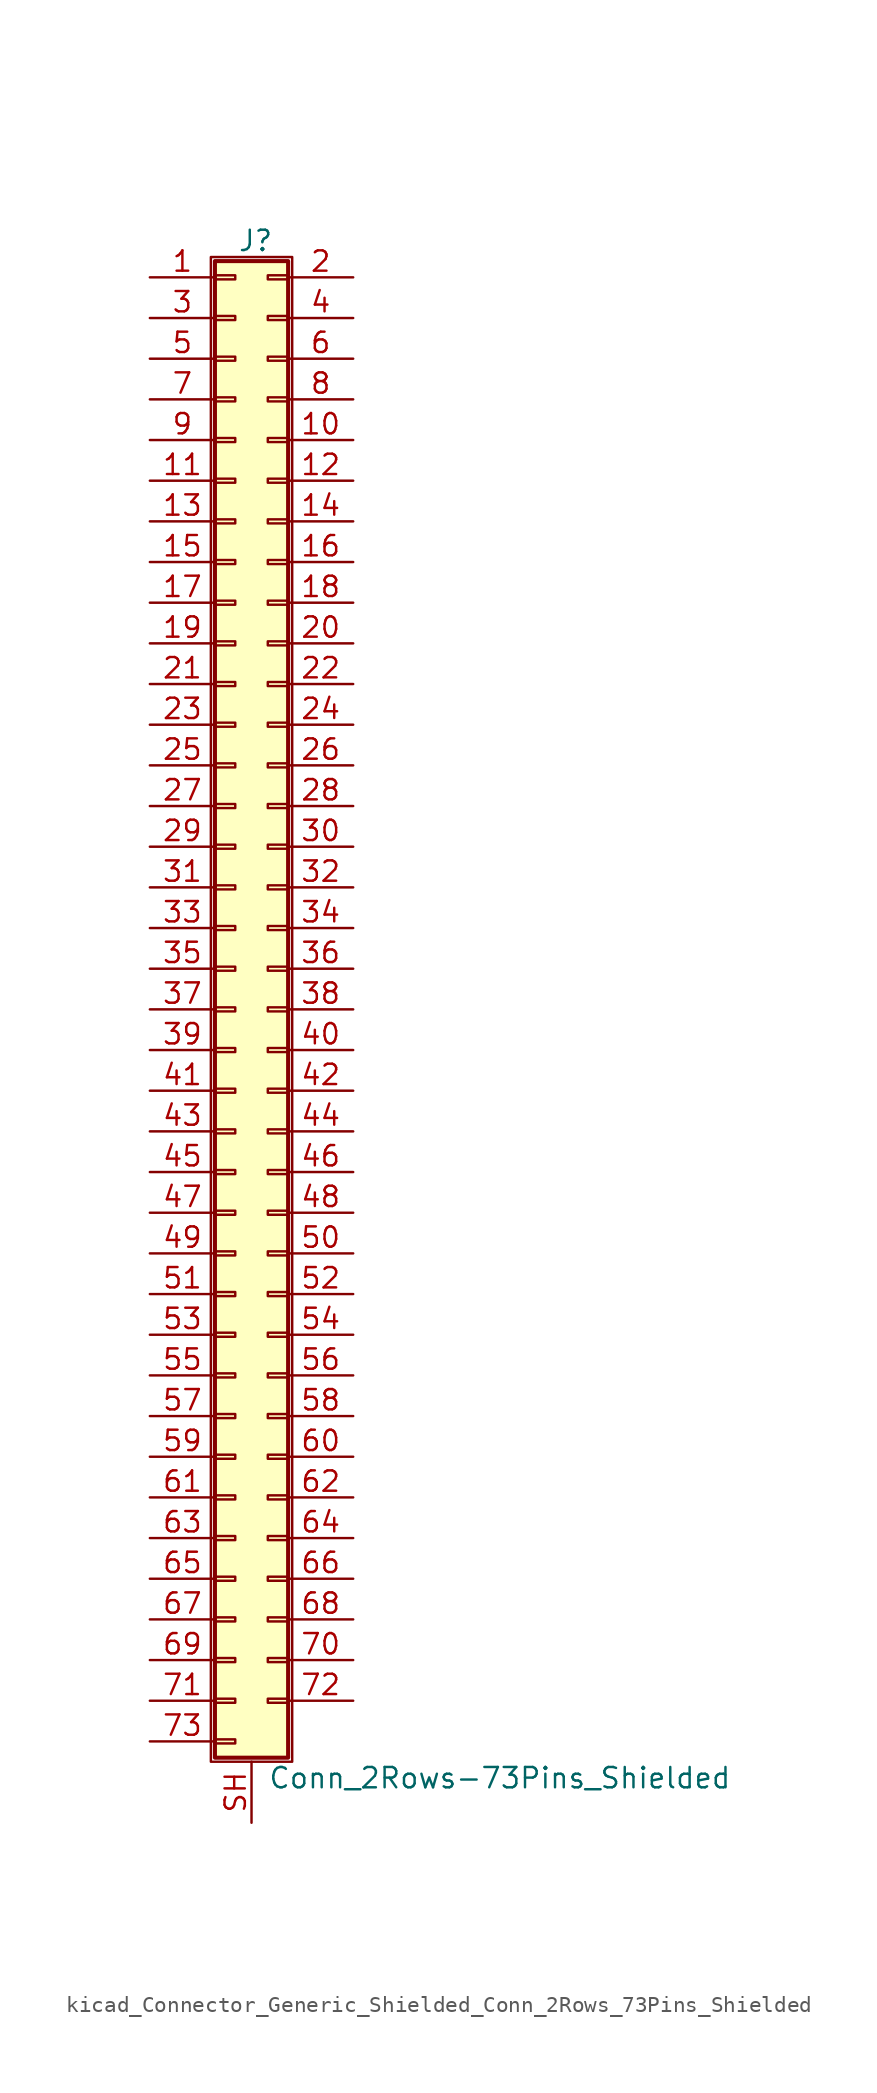
<source format=kicad_sym>
(kicad_symbol_lib
  (version 20220914)
  (generator kicad_symbol_editor)
  (symbol "kicad_Connector_Generic_Shielded_Conn_2Rows_73Pins_Shielded"
    (pin_names
      (offset 1.016) hide)
    (property "Reference" "J"
      (at 1.524 48.006 0)
      (effects (font (size 1.27 1.27))))
    (property "Value" "Conn_2Rows-73Pins_Shielded"
      (at 2.286 -48.006 0)
      (effects (font (size 1.27 1.27)) (justify left)))
    (symbol "kicad_Connector_Generic_Shielded_Conn_2Rows_73Pins_Shielded_1_1"
      (rectangle (start -1.27 46.99) (end 3.81 -46.99) (stroke (width 0.152) (type default)) (fill (type none)))
      (rectangle (start -1.016 -45.593) (end 0.254 -45.847) (stroke (width 0.152) (type default)) (fill (type none)))
      (rectangle (start -1.016 -43.053) (end 0.254 -43.307) (stroke (width 0.152) (type default)) (fill (type none)))
      (rectangle (start -1.016 -40.513) (end 0.254 -40.767) (stroke (width 0.152) (type default)) (fill (type none)))
      (rectangle (start -1.016 -37.973) (end 0.254 -38.227) (stroke (width 0.152) (type default)) (fill (type none)))
      (rectangle (start -1.016 -35.433) (end 0.254 -35.687) (stroke (width 0.152) (type default)) (fill (type none)))
      (rectangle (start -1.016 -32.893) (end 0.254 -33.147) (stroke (width 0.152) (type default)) (fill (type none)))
      (rectangle (start -1.016 -30.353) (end 0.254 -30.607) (stroke (width 0.152) (type default)) (fill (type none)))
      (rectangle (start -1.016 -27.813) (end 0.254 -28.067) (stroke (width 0.152) (type default)) (fill (type none)))
      (rectangle (start -1.016 -25.273) (end 0.254 -25.527) (stroke (width 0.152) (type default)) (fill (type none)))
      (rectangle (start -1.016 -22.733) (end 0.254 -22.987) (stroke (width 0.152) (type default)) (fill (type none)))
      (rectangle (start -1.016 -20.193) (end 0.254 -20.447) (stroke (width 0.152) (type default)) (fill (type none)))
      (rectangle (start -1.016 -17.653) (end 0.254 -17.907) (stroke (width 0.152) (type default)) (fill (type none)))
      (rectangle (start -1.016 -15.113) (end 0.254 -15.367) (stroke (width 0.152) (type default)) (fill (type none)))
      (rectangle (start -1.016 -12.573) (end 0.254 -12.827) (stroke (width 0.152) (type default)) (fill (type none)))
      (rectangle (start -1.016 -10.033) (end 0.254 -10.287) (stroke (width 0.152) (type default)) (fill (type none)))
      (rectangle (start -1.016 -7.493) (end 0.254 -7.747) (stroke (width 0.152) (type default)) (fill (type none)))
      (rectangle (start -1.016 -4.953) (end 0.254 -5.207) (stroke (width 0.152) (type default)) (fill (type none)))
      (rectangle (start -1.016 -2.413) (end 0.254 -2.667) (stroke (width 0.152) (type default)) (fill (type none)))
      (rectangle (start -1.016 0.127) (end 0.254 -0.127) (stroke (width 0.152) (type default)) (fill (type none)))
      (rectangle (start -1.016 2.667) (end 0.254 2.413) (stroke (width 0.152) (type default)) (fill (type none)))
      (rectangle (start -1.016 5.207) (end 0.254 4.953) (stroke (width 0.152) (type default)) (fill (type none)))
      (rectangle (start -1.016 7.747) (end 0.254 7.493) (stroke (width 0.152) (type default)) (fill (type none)))
      (rectangle (start -1.016 10.287) (end 0.254 10.033) (stroke (width 0.152) (type default)) (fill (type none)))
      (rectangle (start -1.016 12.827) (end 0.254 12.573) (stroke (width 0.152) (type default)) (fill (type none)))
      (rectangle (start -1.016 15.367) (end 0.254 15.113) (stroke (width 0.152) (type default)) (fill (type none)))
      (rectangle (start -1.016 17.907) (end 0.254 17.653) (stroke (width 0.152) (type default)) (fill (type none)))
      (rectangle (start -1.016 20.447) (end 0.254 20.193) (stroke (width 0.152) (type default)) (fill (type none)))
      (rectangle (start -1.016 22.987) (end 0.254 22.733) (stroke (width 0.152) (type default)) (fill (type none)))
      (rectangle (start -1.016 25.527) (end 0.254 25.273) (stroke (width 0.152) (type default)) (fill (type none)))
      (rectangle (start -1.016 28.067) (end 0.254 27.813) (stroke (width 0.152) (type default)) (fill (type none)))
      (rectangle (start -1.016 30.607) (end 0.254 30.353) (stroke (width 0.152) (type default)) (fill (type none)))
      (rectangle (start -1.016 33.147) (end 0.254 32.893) (stroke (width 0.152) (type default)) (fill (type none)))
      (rectangle (start -1.016 35.687) (end 0.254 35.433) (stroke (width 0.152) (type default)) (fill (type none)))
      (rectangle (start -1.016 38.227) (end 0.254 37.973) (stroke (width 0.152) (type default)) (fill (type none)))
      (rectangle (start -1.016 40.767) (end 0.254 40.513) (stroke (width 0.152) (type default)) (fill (type none)))
      (rectangle (start -1.016 43.307) (end 0.254 43.053) (stroke (width 0.152) (type default)) (fill (type none)))
      (rectangle (start -1.016 45.847) (end 0.254 45.593) (stroke (width 0.152) (type default)) (fill (type none)))
      (rectangle (start -1.016 46.736) (end 3.556 -46.736) (stroke (width 0.254) (type default)) (fill (type background)))
      (rectangle (start 3.556 -43.053) (end 2.286 -43.307) (stroke (width 0.152) (type default)) (fill (type none)))
      (rectangle (start 3.556 -40.513) (end 2.286 -40.767) (stroke (width 0.152) (type default)) (fill (type none)))
      (rectangle (start 3.556 -37.973) (end 2.286 -38.227) (stroke (width 0.152) (type default)) (fill (type none)))
      (rectangle (start 3.556 -35.433) (end 2.286 -35.687) (stroke (width 0.152) (type default)) (fill (type none)))
      (rectangle (start 3.556 -32.893) (end 2.286 -33.147) (stroke (width 0.152) (type default)) (fill (type none)))
      (rectangle (start 3.556 -30.353) (end 2.286 -30.607) (stroke (width 0.152) (type default)) (fill (type none)))
      (rectangle (start 3.556 -27.813) (end 2.286 -28.067) (stroke (width 0.152) (type default)) (fill (type none)))
      (rectangle (start 3.556 -25.273) (end 2.286 -25.527) (stroke (width 0.152) (type default)) (fill (type none)))
      (rectangle (start 3.556 -22.733) (end 2.286 -22.987) (stroke (width 0.152) (type default)) (fill (type none)))
      (rectangle (start 3.556 -20.193) (end 2.286 -20.447) (stroke (width 0.152) (type default)) (fill (type none)))
      (rectangle (start 3.556 -17.653) (end 2.286 -17.907) (stroke (width 0.152) (type default)) (fill (type none)))
      (rectangle (start 3.556 -15.113) (end 2.286 -15.367) (stroke (width 0.152) (type default)) (fill (type none)))
      (rectangle (start 3.556 -12.573) (end 2.286 -12.827) (stroke (width 0.152) (type default)) (fill (type none)))
      (rectangle (start 3.556 -10.033) (end 2.286 -10.287) (stroke (width 0.152) (type default)) (fill (type none)))
      (rectangle (start 3.556 -7.493) (end 2.286 -7.747) (stroke (width 0.152) (type default)) (fill (type none)))
      (rectangle (start 3.556 -4.953) (end 2.286 -5.207) (stroke (width 0.152) (type default)) (fill (type none)))
      (rectangle (start 3.556 -2.413) (end 2.286 -2.667) (stroke (width 0.152) (type default)) (fill (type none)))
      (rectangle (start 3.556 0.127) (end 2.286 -0.127) (stroke (width 0.152) (type default)) (fill (type none)))
      (rectangle (start 3.556 2.667) (end 2.286 2.413) (stroke (width 0.152) (type default)) (fill (type none)))
      (rectangle (start 3.556 5.207) (end 2.286 4.953) (stroke (width 0.152) (type default)) (fill (type none)))
      (rectangle (start 3.556 7.747) (end 2.286 7.493) (stroke (width 0.152) (type default)) (fill (type none)))
      (rectangle (start 3.556 10.287) (end 2.286 10.033) (stroke (width 0.152) (type default)) (fill (type none)))
      (rectangle (start 3.556 12.827) (end 2.286 12.573) (stroke (width 0.152) (type default)) (fill (type none)))
      (rectangle (start 3.556 15.367) (end 2.286 15.113) (stroke (width 0.152) (type default)) (fill (type none)))
      (rectangle (start 3.556 17.907) (end 2.286 17.653) (stroke (width 0.152) (type default)) (fill (type none)))
      (rectangle (start 3.556 20.447) (end 2.286 20.193) (stroke (width 0.152) (type default)) (fill (type none)))
      (rectangle (start 3.556 22.987) (end 2.286 22.733) (stroke (width 0.152) (type default)) (fill (type none)))
      (rectangle (start 3.556 25.527) (end 2.286 25.273) (stroke (width 0.152) (type default)) (fill (type none)))
      (rectangle (start 3.556 28.067) (end 2.286 27.813) (stroke (width 0.152) (type default)) (fill (type none)))
      (rectangle (start 3.556 30.607) (end 2.286 30.353) (stroke (width 0.152) (type default)) (fill (type none)))
      (rectangle (start 3.556 33.147) (end 2.286 32.893) (stroke (width 0.152) (type default)) (fill (type none)))
      (rectangle (start 3.556 35.687) (end 2.286 35.433) (stroke (width 0.152) (type default)) (fill (type none)))
      (rectangle (start 3.556 38.227) (end 2.286 37.973) (stroke (width 0.152) (type default)) (fill (type none)))
      (rectangle (start 3.556 40.767) (end 2.286 40.513) (stroke (width 0.152) (type default)) (fill (type none)))
      (rectangle (start 3.556 43.307) (end 2.286 43.053) (stroke (width 0.152) (type default)) (fill (type none)))
      (rectangle (start 3.556 45.847) (end 2.286 45.593) (stroke (width 0.152) (type default)) (fill (type none)))
      (pin passive line (at -5.08 45.72 0) (length 4.064) (name "Pin_1" (effects (font (size 1.27 1.27)))) (number "1" (effects (font (size 1.27 1.27)))))
      (pin passive line (at 7.62 35.56 180) (length 4.064) (name "Pin_10" (effects (font (size 1.27 1.27)))) (number "10" (effects (font (size 1.27 1.27)))))
      (pin passive line (at -5.08 33.02 0) (length 4.064) (name "Pin_11" (effects (font (size 1.27 1.27)))) (number "11" (effects (font (size 1.27 1.27)))))
      (pin passive line (at 7.62 33.02 180) (length 4.064) (name "Pin_12" (effects (font (size 1.27 1.27)))) (number "12" (effects (font (size 1.27 1.27)))))
      (pin passive line (at -5.08 30.48 0) (length 4.064) (name "Pin_13" (effects (font (size 1.27 1.27)))) (number "13" (effects (font (size 1.27 1.27)))))
      (pin passive line (at 7.62 30.48 180) (length 4.064) (name "Pin_14" (effects (font (size 1.27 1.27)))) (number "14" (effects (font (size 1.27 1.27)))))
      (pin passive line (at -5.08 27.94 0) (length 4.064) (name "Pin_15" (effects (font (size 1.27 1.27)))) (number "15" (effects (font (size 1.27 1.27)))))
      (pin passive line (at 7.62 27.94 180) (length 4.064) (name "Pin_16" (effects (font (size 1.27 1.27)))) (number "16" (effects (font (size 1.27 1.27)))))
      (pin passive line (at -5.08 25.4 0) (length 4.064) (name "Pin_17" (effects (font (size 1.27 1.27)))) (number "17" (effects (font (size 1.27 1.27)))))
      (pin passive line (at 7.62 25.4 180) (length 4.064) (name "Pin_18" (effects (font (size 1.27 1.27)))) (number "18" (effects (font (size 1.27 1.27)))))
      (pin passive line (at -5.08 22.86 0) (length 4.064) (name "Pin_19" (effects (font (size 1.27 1.27)))) (number "19" (effects (font (size 1.27 1.27)))))
      (pin passive line (at 7.62 45.72 180) (length 4.064) (name "Pin_2" (effects (font (size 1.27 1.27)))) (number "2" (effects (font (size 1.27 1.27)))))
      (pin passive line (at 7.62 22.86 180) (length 4.064) (name "Pin_20" (effects (font (size 1.27 1.27)))) (number "20" (effects (font (size 1.27 1.27)))))
      (pin passive line (at -5.08 20.32 0) (length 4.064) (name "Pin_21" (effects (font (size 1.27 1.27)))) (number "21" (effects (font (size 1.27 1.27)))))
      (pin passive line (at 7.62 20.32 180) (length 4.064) (name "Pin_22" (effects (font (size 1.27 1.27)))) (number "22" (effects (font (size 1.27 1.27)))))
      (pin passive line (at -5.08 17.78 0) (length 4.064) (name "Pin_23" (effects (font (size 1.27 1.27)))) (number "23" (effects (font (size 1.27 1.27)))))
      (pin passive line (at 7.62 17.78 180) (length 4.064) (name "Pin_24" (effects (font (size 1.27 1.27)))) (number "24" (effects (font (size 1.27 1.27)))))
      (pin passive line (at -5.08 15.24 0) (length 4.064) (name "Pin_25" (effects (font (size 1.27 1.27)))) (number "25" (effects (font (size 1.27 1.27)))))
      (pin passive line (at 7.62 15.24 180) (length 4.064) (name "Pin_26" (effects (font (size 1.27 1.27)))) (number "26" (effects (font (size 1.27 1.27)))))
      (pin passive line (at -5.08 12.7 0) (length 4.064) (name "Pin_27" (effects (font (size 1.27 1.27)))) (number "27" (effects (font (size 1.27 1.27)))))
      (pin passive line (at 7.62 12.7 180) (length 4.064) (name "Pin_28" (effects (font (size 1.27 1.27)))) (number "28" (effects (font (size 1.27 1.27)))))
      (pin passive line (at -5.08 10.16 0) (length 4.064) (name "Pin_29" (effects (font (size 1.27 1.27)))) (number "29" (effects (font (size 1.27 1.27)))))
      (pin passive line (at -5.08 43.18 0) (length 4.064) (name "Pin_3" (effects (font (size 1.27 1.27)))) (number "3" (effects (font (size 1.27 1.27)))))
      (pin passive line (at 7.62 10.16 180) (length 4.064) (name "Pin_30" (effects (font (size 1.27 1.27)))) (number "30" (effects (font (size 1.27 1.27)))))
      (pin passive line (at -5.08 7.62 0) (length 4.064) (name "Pin_31" (effects (font (size 1.27 1.27)))) (number "31" (effects (font (size 1.27 1.27)))))
      (pin passive line (at 7.62 7.62 180) (length 4.064) (name "Pin_32" (effects (font (size 1.27 1.27)))) (number "32" (effects (font (size 1.27 1.27)))))
      (pin passive line (at -5.08 5.08 0) (length 4.064) (name "Pin_33" (effects (font (size 1.27 1.27)))) (number "33" (effects (font (size 1.27 1.27)))))
      (pin passive line (at 7.62 5.08 180) (length 4.064) (name "Pin_34" (effects (font (size 1.27 1.27)))) (number "34" (effects (font (size 1.27 1.27)))))
      (pin passive line (at -5.08 2.54 0) (length 4.064) (name "Pin_35" (effects (font (size 1.27 1.27)))) (number "35" (effects (font (size 1.27 1.27)))))
      (pin passive line (at 7.62 2.54 180) (length 4.064) (name "Pin_36" (effects (font (size 1.27 1.27)))) (number "36" (effects (font (size 1.27 1.27)))))
      (pin passive line (at -5.08 0 0) (length 4.064) (name "Pin_37" (effects (font (size 1.27 1.27)))) (number "37" (effects (font (size 1.27 1.27)))))
      (pin passive line (at 7.62 0 180) (length 4.064) (name "Pin_38" (effects (font (size 1.27 1.27)))) (number "38" (effects (font (size 1.27 1.27)))))
      (pin passive line (at -5.08 -2.54 0) (length 4.064) (name "Pin_39" (effects (font (size 1.27 1.27)))) (number "39" (effects (font (size 1.27 1.27)))))
      (pin passive line (at 7.62 43.18 180) (length 4.064) (name "Pin_4" (effects (font (size 1.27 1.27)))) (number "4" (effects (font (size 1.27 1.27)))))
      (pin passive line (at 7.62 -2.54 180) (length 4.064) (name "Pin_40" (effects (font (size 1.27 1.27)))) (number "40" (effects (font (size 1.27 1.27)))))
      (pin passive line (at -5.08 -5.08 0) (length 4.064) (name "Pin_41" (effects (font (size 1.27 1.27)))) (number "41" (effects (font (size 1.27 1.27)))))
      (pin passive line (at 7.62 -5.08 180) (length 4.064) (name "Pin_42" (effects (font (size 1.27 1.27)))) (number "42" (effects (font (size 1.27 1.27)))))
      (pin passive line (at -5.08 -7.62 0) (length 4.064) (name "Pin_43" (effects (font (size 1.27 1.27)))) (number "43" (effects (font (size 1.27 1.27)))))
      (pin passive line (at 7.62 -7.62 180) (length 4.064) (name "Pin_44" (effects (font (size 1.27 1.27)))) (number "44" (effects (font (size 1.27 1.27)))))
      (pin passive line (at -5.08 -10.16 0) (length 4.064) (name "Pin_45" (effects (font (size 1.27 1.27)))) (number "45" (effects (font (size 1.27 1.27)))))
      (pin passive line (at 7.62 -10.16 180) (length 4.064) (name "Pin_46" (effects (font (size 1.27 1.27)))) (number "46" (effects (font (size 1.27 1.27)))))
      (pin passive line (at -5.08 -12.7 0) (length 4.064) (name "Pin_47" (effects (font (size 1.27 1.27)))) (number "47" (effects (font (size 1.27 1.27)))))
      (pin passive line (at 7.62 -12.7 180) (length 4.064) (name "Pin_48" (effects (font (size 1.27 1.27)))) (number "48" (effects (font (size 1.27 1.27)))))
      (pin passive line (at -5.08 -15.24 0) (length 4.064) (name "Pin_49" (effects (font (size 1.27 1.27)))) (number "49" (effects (font (size 1.27 1.27)))))
      (pin passive line (at -5.08 40.64 0) (length 4.064) (name "Pin_5" (effects (font (size 1.27 1.27)))) (number "5" (effects (font (size 1.27 1.27)))))
      (pin passive line (at 7.62 -15.24 180) (length 4.064) (name "Pin_50" (effects (font (size 1.27 1.27)))) (number "50" (effects (font (size 1.27 1.27)))))
      (pin passive line (at -5.08 -17.78 0) (length 4.064) (name "Pin_51" (effects (font (size 1.27 1.27)))) (number "51" (effects (font (size 1.27 1.27)))))
      (pin passive line (at 7.62 -17.78 180) (length 4.064) (name "Pin_52" (effects (font (size 1.27 1.27)))) (number "52" (effects (font (size 1.27 1.27)))))
      (pin passive line (at -5.08 -20.32 0) (length 4.064) (name "Pin_53" (effects (font (size 1.27 1.27)))) (number "53" (effects (font (size 1.27 1.27)))))
      (pin passive line (at 7.62 -20.32 180) (length 4.064) (name "Pin_54" (effects (font (size 1.27 1.27)))) (number "54" (effects (font (size 1.27 1.27)))))
      (pin passive line (at -5.08 -22.86 0) (length 4.064) (name "Pin_55" (effects (font (size 1.27 1.27)))) (number "55" (effects (font (size 1.27 1.27)))))
      (pin passive line (at 7.62 -22.86 180) (length 4.064) (name "Pin_56" (effects (font (size 1.27 1.27)))) (number "56" (effects (font (size 1.27 1.27)))))
      (pin passive line (at -5.08 -25.4 0) (length 4.064) (name "Pin_57" (effects (font (size 1.27 1.27)))) (number "57" (effects (font (size 1.27 1.27)))))
      (pin passive line (at 7.62 -25.4 180) (length 4.064) (name "Pin_58" (effects (font (size 1.27 1.27)))) (number "58" (effects (font (size 1.27 1.27)))))
      (pin passive line (at -5.08 -27.94 0) (length 4.064) (name "Pin_59" (effects (font (size 1.27 1.27)))) (number "59" (effects (font (size 1.27 1.27)))))
      (pin passive line (at 7.62 40.64 180) (length 4.064) (name "Pin_6" (effects (font (size 1.27 1.27)))) (number "6" (effects (font (size 1.27 1.27)))))
      (pin passive line (at 7.62 -27.94 180) (length 4.064) (name "Pin_60" (effects (font (size 1.27 1.27)))) (number "60" (effects (font (size 1.27 1.27)))))
      (pin passive line (at -5.08 -30.48 0) (length 4.064) (name "Pin_61" (effects (font (size 1.27 1.27)))) (number "61" (effects (font (size 1.27 1.27)))))
      (pin passive line (at 7.62 -30.48 180) (length 4.064) (name "Pin_62" (effects (font (size 1.27 1.27)))) (number "62" (effects (font (size 1.27 1.27)))))
      (pin passive line (at -5.08 -33.02 0) (length 4.064) (name "Pin_63" (effects (font (size 1.27 1.27)))) (number "63" (effects (font (size 1.27 1.27)))))
      (pin passive line (at 7.62 -33.02 180) (length 4.064) (name "Pin_64" (effects (font (size 1.27 1.27)))) (number "64" (effects (font (size 1.27 1.27)))))
      (pin passive line (at -5.08 -35.56 0) (length 4.064) (name "Pin_65" (effects (font (size 1.27 1.27)))) (number "65" (effects (font (size 1.27 1.27)))))
      (pin passive line (at 7.62 -35.56 180) (length 4.064) (name "Pin_66" (effects (font (size 1.27 1.27)))) (number "66" (effects (font (size 1.27 1.27)))))
      (pin passive line (at -5.08 -38.1 0) (length 4.064) (name "Pin_67" (effects (font (size 1.27 1.27)))) (number "67" (effects (font (size 1.27 1.27)))))
      (pin passive line (at 7.62 -38.1 180) (length 4.064) (name "Pin_68" (effects (font (size 1.27 1.27)))) (number "68" (effects (font (size 1.27 1.27)))))
      (pin passive line (at -5.08 -40.64 0) (length 4.064) (name "Pin_69" (effects (font (size 1.27 1.27)))) (number "69" (effects (font (size 1.27 1.27)))))
      (pin passive line (at -5.08 38.1 0) (length 4.064) (name "Pin_7" (effects (font (size 1.27 1.27)))) (number "7" (effects (font (size 1.27 1.27)))))
      (pin passive line (at 7.62 -40.64 180) (length 4.064) (name "Pin_70" (effects (font (size 1.27 1.27)))) (number "70" (effects (font (size 1.27 1.27)))))
      (pin passive line (at -5.08 -43.18 0) (length 4.064) (name "Pin_71" (effects (font (size 1.27 1.27)))) (number "71" (effects (font (size 1.27 1.27)))))
      (pin passive line (at 7.62 -43.18 180) (length 4.064) (name "Pin_72" (effects (font (size 1.27 1.27)))) (number "72" (effects (font (size 1.27 1.27)))))
      (pin passive line (at -5.08 -45.72 0) (length 4.064) (name "Pin_73" (effects (font (size 1.27 1.27)))) (number "73" (effects (font (size 1.27 1.27)))))
      (pin passive line (at 7.62 38.1 180) (length 4.064) (name "Pin_8" (effects (font (size 1.27 1.27)))) (number "8" (effects (font (size 1.27 1.27)))))
      (pin passive line (at -5.08 35.56 0) (length 4.064) (name "Pin_9" (effects (font (size 1.27 1.27)))) (number "9" (effects (font (size 1.27 1.27)))))
      (pin passive line (at 1.27 -50.8 90) (length 3.81) (name "Shield" (effects (font (size 1.27 1.27)))) (number "SH" (effects (font (size 1.27 1.27))))))))
</source>
